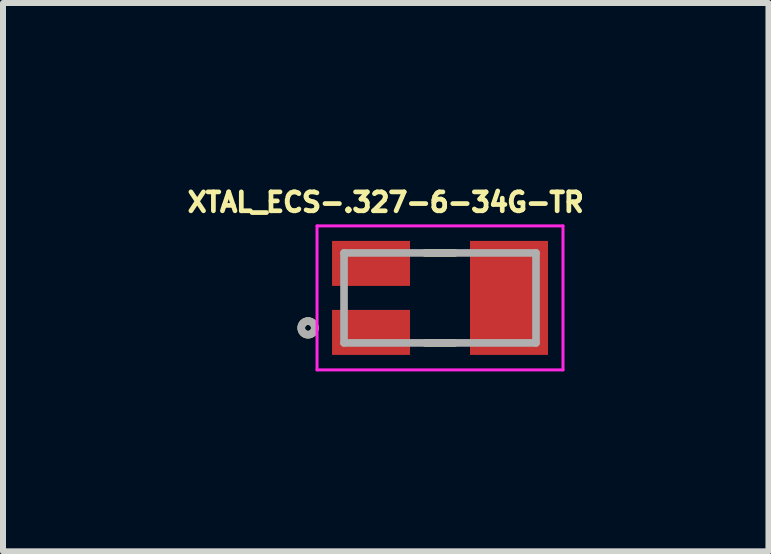
<source format=kicad_pcb>
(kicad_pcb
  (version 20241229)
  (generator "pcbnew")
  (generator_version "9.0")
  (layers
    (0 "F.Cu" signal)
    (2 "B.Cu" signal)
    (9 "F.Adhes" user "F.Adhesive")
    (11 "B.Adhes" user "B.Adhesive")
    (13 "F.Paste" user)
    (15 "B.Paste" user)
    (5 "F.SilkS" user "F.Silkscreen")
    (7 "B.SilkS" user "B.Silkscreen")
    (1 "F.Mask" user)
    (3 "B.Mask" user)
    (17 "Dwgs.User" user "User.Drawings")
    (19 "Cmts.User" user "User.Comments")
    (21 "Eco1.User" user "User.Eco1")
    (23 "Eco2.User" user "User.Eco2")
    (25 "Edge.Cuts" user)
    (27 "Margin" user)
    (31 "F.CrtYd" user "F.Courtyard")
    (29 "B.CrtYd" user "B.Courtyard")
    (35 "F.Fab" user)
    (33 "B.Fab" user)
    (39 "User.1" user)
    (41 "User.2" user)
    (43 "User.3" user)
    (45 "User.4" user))
  (footprint "XTAL_ECS-.327-6-34G-TR"
    (layer "F.Cu")
    (at 4.285 1.916)
    (property "Reference" "XTAL_ECS-.327-6-34G-TR" (at -0.905 -1.594 0) (layer "F.SilkS") (effects (font (size 0.315 0.315) (thickness 0.15))))
    (attr smd)
    (fp_line (start -0.246 0.75) (end 0.246 0.75) (stroke (width 0.127) (type solid)) (layer "F.SilkS"))
    (fp_line (start 0.246 -0.75) (end -0.246 -0.75) (stroke (width 0.127) (type solid)) (layer "F.SilkS"))
    (fp_circle (center -2.2 0.5) (end -2.15 0.5) (stroke (width 0.127) (type solid)) (fill no) (layer "F.SilkS"))
    (fp_line (start -2.05 -1.2) (end -2.05 1.2) (stroke (width 0.05) (type solid)) (layer "F.CrtYd"))
    (fp_line (start -2.05 1.2) (end 2.05 1.2) (stroke (width 0.05) (type solid)) (layer "F.CrtYd"))
    (fp_line (start 2.05 -1.2) (end -2.05 -1.2) (stroke (width 0.05) (type solid)) (layer "F.CrtYd"))
    (fp_line (start 2.05 1.2) (end 2.05 -1.2) (stroke (width 0.05) (type solid)) (layer "F.CrtYd"))
    (fp_line (start -1.6 -0.75) (end -1.6 0.75) (stroke (width 0.127) (type solid)) (layer "F.Fab"))
    (fp_line (start -1.6 0.75) (end 1.6 0.75) (stroke (width 0.127) (type solid)) (layer "F.Fab"))
    (fp_line (start 1.6 -0.75) (end -1.6 -0.75) (stroke (width 0.127) (type solid)) (layer "F.Fab"))
    (fp_line (start 1.6 0.75) (end 1.6 -0.75) (stroke (width 0.127) (type solid)) (layer "F.Fab"))
    (fp_circle (center -2.2 0.5) (end -2.15 0.5) (stroke (width 0.127) (type solid)) (fill no) (layer "F.Fab"))
    (pad "1" smd rect (at -1.15 0.575) (size 1.3 0.75) (layers "F.Cu" "F.Mask" "F.Paste"))
    (pad "2" smd rect (at 1.15 0) (size 1.3 1.9) (layers "F.Cu" "F.Mask" "F.Paste"))
    (pad "3" smd rect (at -1.15 -0.575) (size 1.3 0.75) (layers "F.Cu" "F.Mask" "F.Paste")))
  (gr_rect
    (start -3 -3)
    (end 9.76 6.141)
    (stroke (width 0.1) (type default))
    (fill no)
    (layer "Edge.Cuts")))
</source>
